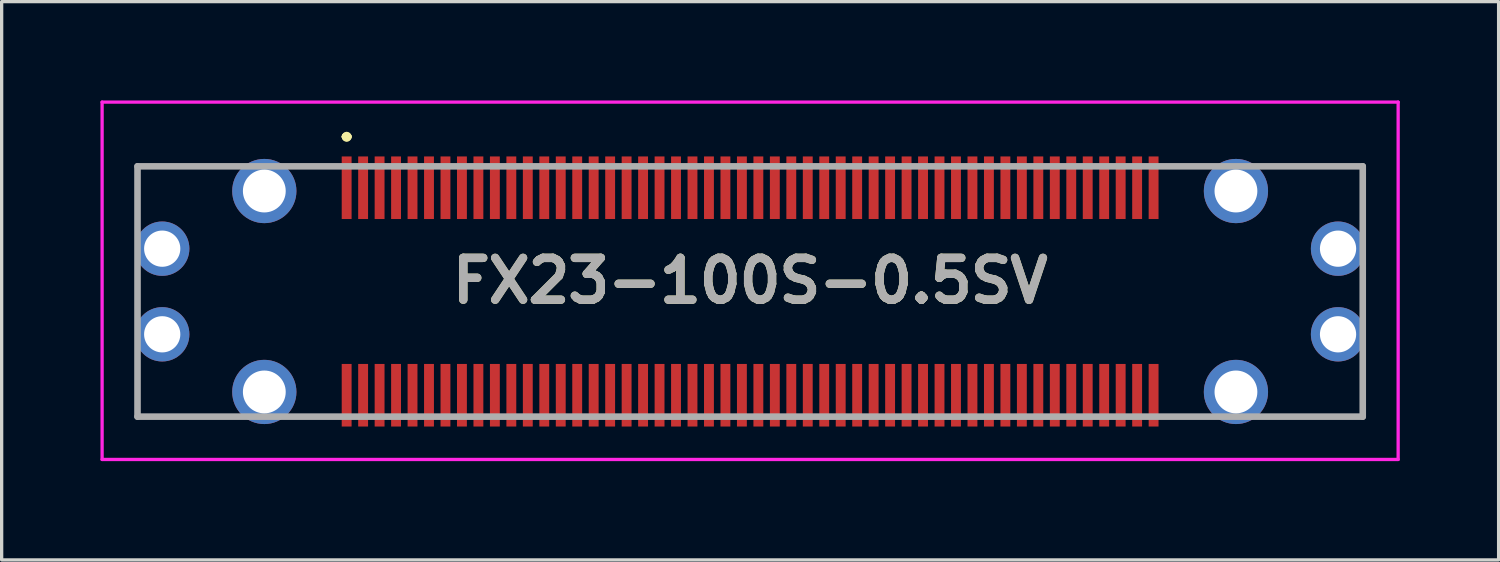
<source format=kicad_pcb>
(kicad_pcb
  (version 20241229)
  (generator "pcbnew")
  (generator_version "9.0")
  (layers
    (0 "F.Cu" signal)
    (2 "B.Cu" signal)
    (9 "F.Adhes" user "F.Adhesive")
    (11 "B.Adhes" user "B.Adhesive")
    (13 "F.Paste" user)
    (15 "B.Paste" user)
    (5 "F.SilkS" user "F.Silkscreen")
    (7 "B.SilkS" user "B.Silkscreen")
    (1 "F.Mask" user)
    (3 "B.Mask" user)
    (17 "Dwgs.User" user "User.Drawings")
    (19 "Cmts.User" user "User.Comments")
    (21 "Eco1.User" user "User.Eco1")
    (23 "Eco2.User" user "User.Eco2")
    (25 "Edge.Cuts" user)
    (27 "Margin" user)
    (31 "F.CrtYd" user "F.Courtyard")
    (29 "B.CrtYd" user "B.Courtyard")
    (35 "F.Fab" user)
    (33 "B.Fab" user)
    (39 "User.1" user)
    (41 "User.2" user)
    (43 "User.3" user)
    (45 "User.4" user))
  (footprint "FX23-100S-0.5SV"
    (layer "F.Cu")
    (at 19.725 5.8)
    (property "Reference" "FX23-100S-0.5SV" (at 0 -0.325 0) (layer "F.SilkS") (effects (font (size 1.27 1.27) (thickness 0.254))))
    (attr through_hole)
    (fp_line (start -18.6 -3.8) (end -16.2 -3.8) (stroke (width 0.1) (type solid)) (layer "F.SilkS"))
    (fp_line (start -18.6 -2.4) (end -18.6 -3.8) (stroke (width 0.1) (type solid)) (layer "F.SilkS"))
    (fp_line (start -18.6 2.3) (end -18.6 3.8) (stroke (width 0.1) (type solid)) (layer "F.SilkS"))
    (fp_line (start -18.6 3.8) (end -16 3.8) (stroke (width 0.1) (type solid)) (layer "F.SilkS"))
    (fp_line (start -12.3 -4.7) (end -12.3 -4.7) (stroke (width 0.2) (type solid)) (layer "F.SilkS"))
    (fp_line (start -12.3 -4.7) (end -12.3 -4.7) (stroke (width 0.2) (type solid)) (layer "F.SilkS"))
    (fp_line (start -12.2 -4.7) (end -12.2 -4.7) (stroke (width 0.2) (type solid)) (layer "F.SilkS"))
    (fp_line (start 16.1 -3.8) (end 18.6 -3.8) (stroke (width 0.1) (type solid)) (layer "F.SilkS"))
    (fp_line (start 18.6 -3.8) (end 18.6 -2.4) (stroke (width 0.1) (type solid)) (layer "F.SilkS"))
    (fp_line (start 18.6 2.4) (end 18.6 3.8) (stroke (width 0.1) (type solid)) (layer "F.SilkS"))
    (fp_line (start 18.6 3.8) (end 16.4 3.8) (stroke (width 0.1) (type solid)) (layer "F.SilkS"))
    (fp_arc (start -12.3 -4.7) (mid -12.25 -4.75) (end -12.2 -4.7) (stroke (width 0.2) (type solid)) (layer "F.SilkS"))
    (fp_arc (start -12.2 -4.7) (mid -12.25 -4.65) (end -12.3 -4.7) (stroke (width 0.2) (type solid)) (layer "F.SilkS"))
    (fp_arc (start -12.2 -4.7) (mid -12.25 -4.65) (end -12.3 -4.7) (stroke (width 0.2) (type solid)) (layer "F.SilkS"))
    (fp_line (start -19.675 -5.75) (end 19.675 -5.75) (stroke (width 0.1) (type solid)) (layer "F.CrtYd"))
    (fp_line (start -19.675 5.1) (end -19.675 -5.75) (stroke (width 0.1) (type solid)) (layer "F.CrtYd"))
    (fp_line (start 19.675 -5.75) (end 19.675 5.1) (stroke (width 0.1) (type solid)) (layer "F.CrtYd"))
    (fp_line (start 19.675 5.1) (end -19.675 5.1) (stroke (width 0.1) (type solid)) (layer "F.CrtYd"))
    (fp_line (start -18.6 -3.8) (end -18.6 3.8) (stroke (width 0.2) (type solid)) (layer "F.Fab"))
    (fp_line (start -18.6 3.8) (end 18.6 3.8) (stroke (width 0.2) (type solid)) (layer "F.Fab"))
    (fp_line (start 18.6 -3.8) (end -18.6 -3.8) (stroke (width 0.2) (type solid)) (layer "F.Fab"))
    (fp_line (start 18.6 3.8) (end 18.6 -3.8) (stroke (width 0.2) (type solid)) (layer "F.Fab"))
    (fp_text user "${REFERENCE}" (at 0 -0.325 0) (layer "F.Fab") (effects (font (size 1.27 1.27) (thickness 0.254))))
    (pad "1" smd rect (at -12.25 -3.15) (size 0.3 1.9) (layers "F.Cu" "F.Mask" "F.Paste"))
    (pad "2" smd rect (at -11.75 -3.15) (size 0.3 1.9) (layers "F.Cu" "F.Mask" "F.Paste"))
    (pad "3" smd rect (at -11.25 -3.15) (size 0.3 1.9) (layers "F.Cu" "F.Mask" "F.Paste"))
    (pad "4" smd rect (at -10.75 -3.15) (size 0.3 1.9) (layers "F.Cu" "F.Mask" "F.Paste"))
    (pad "5" smd rect (at -10.25 -3.15) (size 0.3 1.9) (layers "F.Cu" "F.Mask" "F.Paste"))
    (pad "6" smd rect (at -9.75 -3.15) (size 0.3 1.9) (layers "F.Cu" "F.Mask" "F.Paste"))
    (pad "7" smd rect (at -9.25 -3.15) (size 0.3 1.9) (layers "F.Cu" "F.Mask" "F.Paste"))
    (pad "8" smd rect (at -8.75 -3.15) (size 0.3 1.9) (layers "F.Cu" "F.Mask" "F.Paste"))
    (pad "9" smd rect (at -8.25 -3.15) (size 0.3 1.9) (layers "F.Cu" "F.Mask" "F.Paste"))
    (pad "10" smd rect (at -7.75 -3.15) (size 0.3 1.9) (layers "F.Cu" "F.Mask" "F.Paste"))
    (pad "11" smd rect (at -7.25 -3.15) (size 0.3 1.9) (layers "F.Cu" "F.Mask" "F.Paste"))
    (pad "12" smd rect (at -6.75 -3.15) (size 0.3 1.9) (layers "F.Cu" "F.Mask" "F.Paste"))
    (pad "13" smd rect (at -6.25 -3.15) (size 0.3 1.9) (layers "F.Cu" "F.Mask" "F.Paste"))
    (pad "14" smd rect (at -5.75 -3.15) (size 0.3 1.9) (layers "F.Cu" "F.Mask" "F.Paste"))
    (pad "15" smd rect (at -5.25 -3.15) (size 0.3 1.9) (layers "F.Cu" "F.Mask" "F.Paste"))
    (pad "16" smd rect (at -4.75 -3.15) (size 0.3 1.9) (layers "F.Cu" "F.Mask" "F.Paste"))
    (pad "17" smd rect (at -4.25 -3.15) (size 0.3 1.9) (layers "F.Cu" "F.Mask" "F.Paste"))
    (pad "18" smd rect (at -3.75 -3.15) (size 0.3 1.9) (layers "F.Cu" "F.Mask" "F.Paste"))
    (pad "19" smd rect (at -3.25 -3.15) (size 0.3 1.9) (layers "F.Cu" "F.Mask" "F.Paste"))
    (pad "20" smd rect (at -2.75 -3.15) (size 0.3 1.9) (layers "F.Cu" "F.Mask" "F.Paste"))
    (pad "21" smd rect (at -2.25 -3.15) (size 0.3 1.9) (layers "F.Cu" "F.Mask" "F.Paste"))
    (pad "22" smd rect (at -1.75 -3.15) (size 0.3 1.9) (layers "F.Cu" "F.Mask" "F.Paste"))
    (pad "23" smd rect (at -1.25 -3.15) (size 0.3 1.9) (layers "F.Cu" "F.Mask" "F.Paste"))
    (pad "24" smd rect (at -0.75 -3.15) (size 0.3 1.9) (layers "F.Cu" "F.Mask" "F.Paste"))
    (pad "25" smd rect (at -0.25 -3.15) (size 0.3 1.9) (layers "F.Cu" "F.Mask" "F.Paste"))
    (pad "26" smd rect (at 0.25 -3.15) (size 0.3 1.9) (layers "F.Cu" "F.Mask" "F.Paste"))
    (pad "27" smd rect (at 0.75 -3.15) (size 0.3 1.9) (layers "F.Cu" "F.Mask" "F.Paste"))
    (pad "28" smd rect (at 1.25 -3.15) (size 0.3 1.9) (layers "F.Cu" "F.Mask" "F.Paste"))
    (pad "29" smd rect (at 1.75 -3.15) (size 0.3 1.9) (layers "F.Cu" "F.Mask" "F.Paste"))
    (pad "30" smd rect (at 2.25 -3.15) (size 0.3 1.9) (layers "F.Cu" "F.Mask" "F.Paste"))
    (pad "31" smd rect (at 2.75 -3.15) (size 0.3 1.9) (layers "F.Cu" "F.Mask" "F.Paste"))
    (pad "32" smd rect (at 3.25 -3.15) (size 0.3 1.9) (layers "F.Cu" "F.Mask" "F.Paste"))
    (pad "33" smd rect (at 3.75 -3.15) (size 0.3 1.9) (layers "F.Cu" "F.Mask" "F.Paste"))
    (pad "34" smd rect (at 4.25 -3.15) (size 0.3 1.9) (layers "F.Cu" "F.Mask" "F.Paste"))
    (pad "35" smd rect (at 4.75 -3.15) (size 0.3 1.9) (layers "F.Cu" "F.Mask" "F.Paste"))
    (pad "36" smd rect (at 5.25 -3.15) (size 0.3 1.9) (layers "F.Cu" "F.Mask" "F.Paste"))
    (pad "37" smd rect (at 5.75 -3.15) (size 0.3 1.9) (layers "F.Cu" "F.Mask" "F.Paste"))
    (pad "38" smd rect (at 6.25 -3.15) (size 0.3 1.9) (layers "F.Cu" "F.Mask" "F.Paste"))
    (pad "39" smd rect (at 6.75 -3.15) (size 0.3 1.9) (layers "F.Cu" "F.Mask" "F.Paste"))
    (pad "40" smd rect (at 7.25 -3.15) (size 0.3 1.9) (layers "F.Cu" "F.Mask" "F.Paste"))
    (pad "41" smd rect (at 7.75 -3.15) (size 0.3 1.9) (layers "F.Cu" "F.Mask" "F.Paste"))
    (pad "42" smd rect (at 8.25 -3.15) (size 0.3 1.9) (layers "F.Cu" "F.Mask" "F.Paste"))
    (pad "43" smd rect (at 8.75 -3.15) (size 0.3 1.9) (layers "F.Cu" "F.Mask" "F.Paste"))
    (pad "44" smd rect (at 9.25 -3.15) (size 0.3 1.9) (layers "F.Cu" "F.Mask" "F.Paste"))
    (pad "45" smd rect (at 9.75 -3.15) (size 0.3 1.9) (layers "F.Cu" "F.Mask" "F.Paste"))
    (pad "46" smd rect (at 10.25 -3.15) (size 0.3 1.9) (layers "F.Cu" "F.Mask" "F.Paste"))
    (pad "47" smd rect (at 10.75 -3.15) (size 0.3 1.9) (layers "F.Cu" "F.Mask" "F.Paste"))
    (pad "48" smd rect (at 11.25 -3.15) (size 0.3 1.9) (layers "F.Cu" "F.Mask" "F.Paste"))
    (pad "49" smd rect (at 11.75 -3.15) (size 0.3 1.9) (layers "F.Cu" "F.Mask" "F.Paste"))
    (pad "50" smd rect (at 12.25 -3.15) (size 0.3 1.9) (layers "F.Cu" "F.Mask" "F.Paste"))
    (pad "51" smd rect (at -12.25 3.15) (size 0.3 1.9) (layers "F.Cu" "F.Mask" "F.Paste"))
    (pad "52" smd rect (at -11.75 3.15) (size 0.3 1.9) (layers "F.Cu" "F.Mask" "F.Paste"))
    (pad "53" smd rect (at -11.25 3.15) (size 0.3 1.9) (layers "F.Cu" "F.Mask" "F.Paste"))
    (pad "54" smd rect (at -10.75 3.15) (size 0.3 1.9) (layers "F.Cu" "F.Mask" "F.Paste"))
    (pad "55" smd rect (at -10.25 3.15) (size 0.3 1.9) (layers "F.Cu" "F.Mask" "F.Paste"))
    (pad "56" smd rect (at -9.75 3.15) (size 0.3 1.9) (layers "F.Cu" "F.Mask" "F.Paste"))
    (pad "57" smd rect (at -9.25 3.15) (size 0.3 1.9) (layers "F.Cu" "F.Mask" "F.Paste"))
    (pad "58" smd rect (at -8.75 3.15) (size 0.3 1.9) (layers "F.Cu" "F.Mask" "F.Paste"))
    (pad "59" smd rect (at -8.25 3.15) (size 0.3 1.9) (layers "F.Cu" "F.Mask" "F.Paste"))
    (pad "60" smd rect (at -7.75 3.15) (size 0.3 1.9) (layers "F.Cu" "F.Mask" "F.Paste"))
    (pad "61" smd rect (at -7.25 3.15) (size 0.3 1.9) (layers "F.Cu" "F.Mask" "F.Paste"))
    (pad "62" smd rect (at -6.75 3.15) (size 0.3 1.9) (layers "F.Cu" "F.Mask" "F.Paste"))
    (pad "63" smd rect (at -6.25 3.15) (size 0.3 1.9) (layers "F.Cu" "F.Mask" "F.Paste"))
    (pad "64" smd rect (at -5.75 3.15) (size 0.3 1.9) (layers "F.Cu" "F.Mask" "F.Paste"))
    (pad "65" smd rect (at -5.25 3.15) (size 0.3 1.9) (layers "F.Cu" "F.Mask" "F.Paste"))
    (pad "66" smd rect (at -4.75 3.15) (size 0.3 1.9) (layers "F.Cu" "F.Mask" "F.Paste"))
    (pad "67" smd rect (at -4.25 3.15) (size 0.3 1.9) (layers "F.Cu" "F.Mask" "F.Paste"))
    (pad "68" smd rect (at -3.75 3.15) (size 0.3 1.9) (layers "F.Cu" "F.Mask" "F.Paste"))
    (pad "69" smd rect (at -3.25 3.15) (size 0.3 1.9) (layers "F.Cu" "F.Mask" "F.Paste"))
    (pad "70" smd rect (at -2.75 3.15) (size 0.3 1.9) (layers "F.Cu" "F.Mask" "F.Paste"))
    (pad "71" smd rect (at -2.25 3.15) (size 0.3 1.9) (layers "F.Cu" "F.Mask" "F.Paste"))
    (pad "72" smd rect (at -1.75 3.15) (size 0.3 1.9) (layers "F.Cu" "F.Mask" "F.Paste"))
    (pad "73" smd rect (at -1.25 3.15) (size 0.3 1.9) (layers "F.Cu" "F.Mask" "F.Paste"))
    (pad "74" smd rect (at -0.75 3.15) (size 0.3 1.9) (layers "F.Cu" "F.Mask" "F.Paste"))
    (pad "75" smd rect (at -0.25 3.15) (size 0.3 1.9) (layers "F.Cu" "F.Mask" "F.Paste"))
    (pad "76" smd rect (at 0.25 3.15) (size 0.3 1.9) (layers "F.Cu" "F.Mask" "F.Paste"))
    (pad "77" smd rect (at 0.75 3.15) (size 0.3 1.9) (layers "F.Cu" "F.Mask" "F.Paste"))
    (pad "78" smd rect (at 1.25 3.15) (size 0.3 1.9) (layers "F.Cu" "F.Mask" "F.Paste"))
    (pad "79" smd rect (at 1.75 3.15) (size 0.3 1.9) (layers "F.Cu" "F.Mask" "F.Paste"))
    (pad "80" smd rect (at 2.25 3.15) (size 0.3 1.9) (layers "F.Cu" "F.Mask" "F.Paste"))
    (pad "81" smd rect (at 2.75 3.15) (size 0.3 1.9) (layers "F.Cu" "F.Mask" "F.Paste"))
    (pad "82" smd rect (at 3.25 3.15) (size 0.3 1.9) (layers "F.Cu" "F.Mask" "F.Paste"))
    (pad "83" smd rect (at 3.75 3.15) (size 0.3 1.9) (layers "F.Cu" "F.Mask" "F.Paste"))
    (pad "84" smd rect (at 4.25 3.15) (size 0.3 1.9) (layers "F.Cu" "F.Mask" "F.Paste"))
    (pad "85" smd rect (at 4.75 3.15) (size 0.3 1.9) (layers "F.Cu" "F.Mask" "F.Paste"))
    (pad "86" smd rect (at 5.25 3.15) (size 0.3 1.9) (layers "F.Cu" "F.Mask" "F.Paste"))
    (pad "87" smd rect (at 5.75 3.15) (size 0.3 1.9) (layers "F.Cu" "F.Mask" "F.Paste"))
    (pad "88" smd rect (at 6.25 3.15) (size 0.3 1.9) (layers "F.Cu" "F.Mask" "F.Paste"))
    (pad "89" smd rect (at 6.75 3.15) (size 0.3 1.9) (layers "F.Cu" "F.Mask" "F.Paste"))
    (pad "90" smd rect (at 7.25 3.15) (size 0.3 1.9) (layers "F.Cu" "F.Mask" "F.Paste"))
    (pad "91" smd rect (at 7.75 3.15) (size 0.3 1.9) (layers "F.Cu" "F.Mask" "F.Paste"))
    (pad "92" smd rect (at 8.25 3.15) (size 0.3 1.9) (layers "F.Cu" "F.Mask" "F.Paste"))
    (pad "93" smd rect (at 8.75 3.15) (size 0.3 1.9) (layers "F.Cu" "F.Mask" "F.Paste"))
    (pad "94" smd rect (at 9.25 3.15) (size 0.3 1.9) (layers "F.Cu" "F.Mask" "F.Paste"))
    (pad "95" smd rect (at 9.75 3.15) (size 0.3 1.9) (layers "F.Cu" "F.Mask" "F.Paste"))
    (pad "96" smd rect (at 10.25 3.15) (size 0.3 1.9) (layers "F.Cu" "F.Mask" "F.Paste"))
    (pad "97" smd rect (at 10.75 3.15) (size 0.3 1.9) (layers "F.Cu" "F.Mask" "F.Paste"))
    (pad "98" smd rect (at 11.25 3.15) (size 0.3 1.9) (layers "F.Cu" "F.Mask" "F.Paste"))
    (pad "99" smd rect (at 11.75 3.15) (size 0.3 1.9) (layers "F.Cu" "F.Mask" "F.Paste"))
    (pad "100" smd rect (at 12.25 3.15) (size 0.3 1.9) (layers "F.Cu" "F.Mask" "F.Paste"))
    (pad "MH1" thru_hole circle (at -17.85 -1.3) (size 1.65 1.65) (drill 1.1) (layers "*.Cu" "*.Mask"))
    (pad "MH2" thru_hole circle (at 17.85 -1.3) (size 1.65 1.65) (drill 1.1) (layers "*.Cu" "*.Mask"))
    (pad "MH3" thru_hole circle (at -17.85 1.3) (size 1.65 1.65) (drill 1.1) (layers "*.Cu" "*.Mask"))
    (pad "MH4" thru_hole circle (at 17.85 1.3) (size 1.65 1.65) (drill 1.1) (layers "*.Cu" "*.Mask"))
    (pad "P1" thru_hole circle (at -14.75 -3.05) (size 1.95 1.95) (drill 1.3) (layers "*.Cu" "*.Mask"))
    (pad "P2" thru_hole circle (at 14.75 -3.05) (size 1.95 1.95) (drill 1.3) (layers "*.Cu" "*.Mask"))
    (pad "P3" thru_hole circle (at -14.75 3.05) (size 1.95 1.95) (drill 1.3) (layers "*.Cu" "*.Mask"))
    (pad "P4" thru_hole circle (at 14.75 3.05) (size 1.95 1.95) (drill 1.3) (layers "*.Cu" "*.Mask")))
  (gr_rect
    (start -3 -3)
    (end 42.45 13.95)
    (stroke (width 0.1) (type default))
    (fill no)
    (layer "Edge.Cuts")))
</source>
